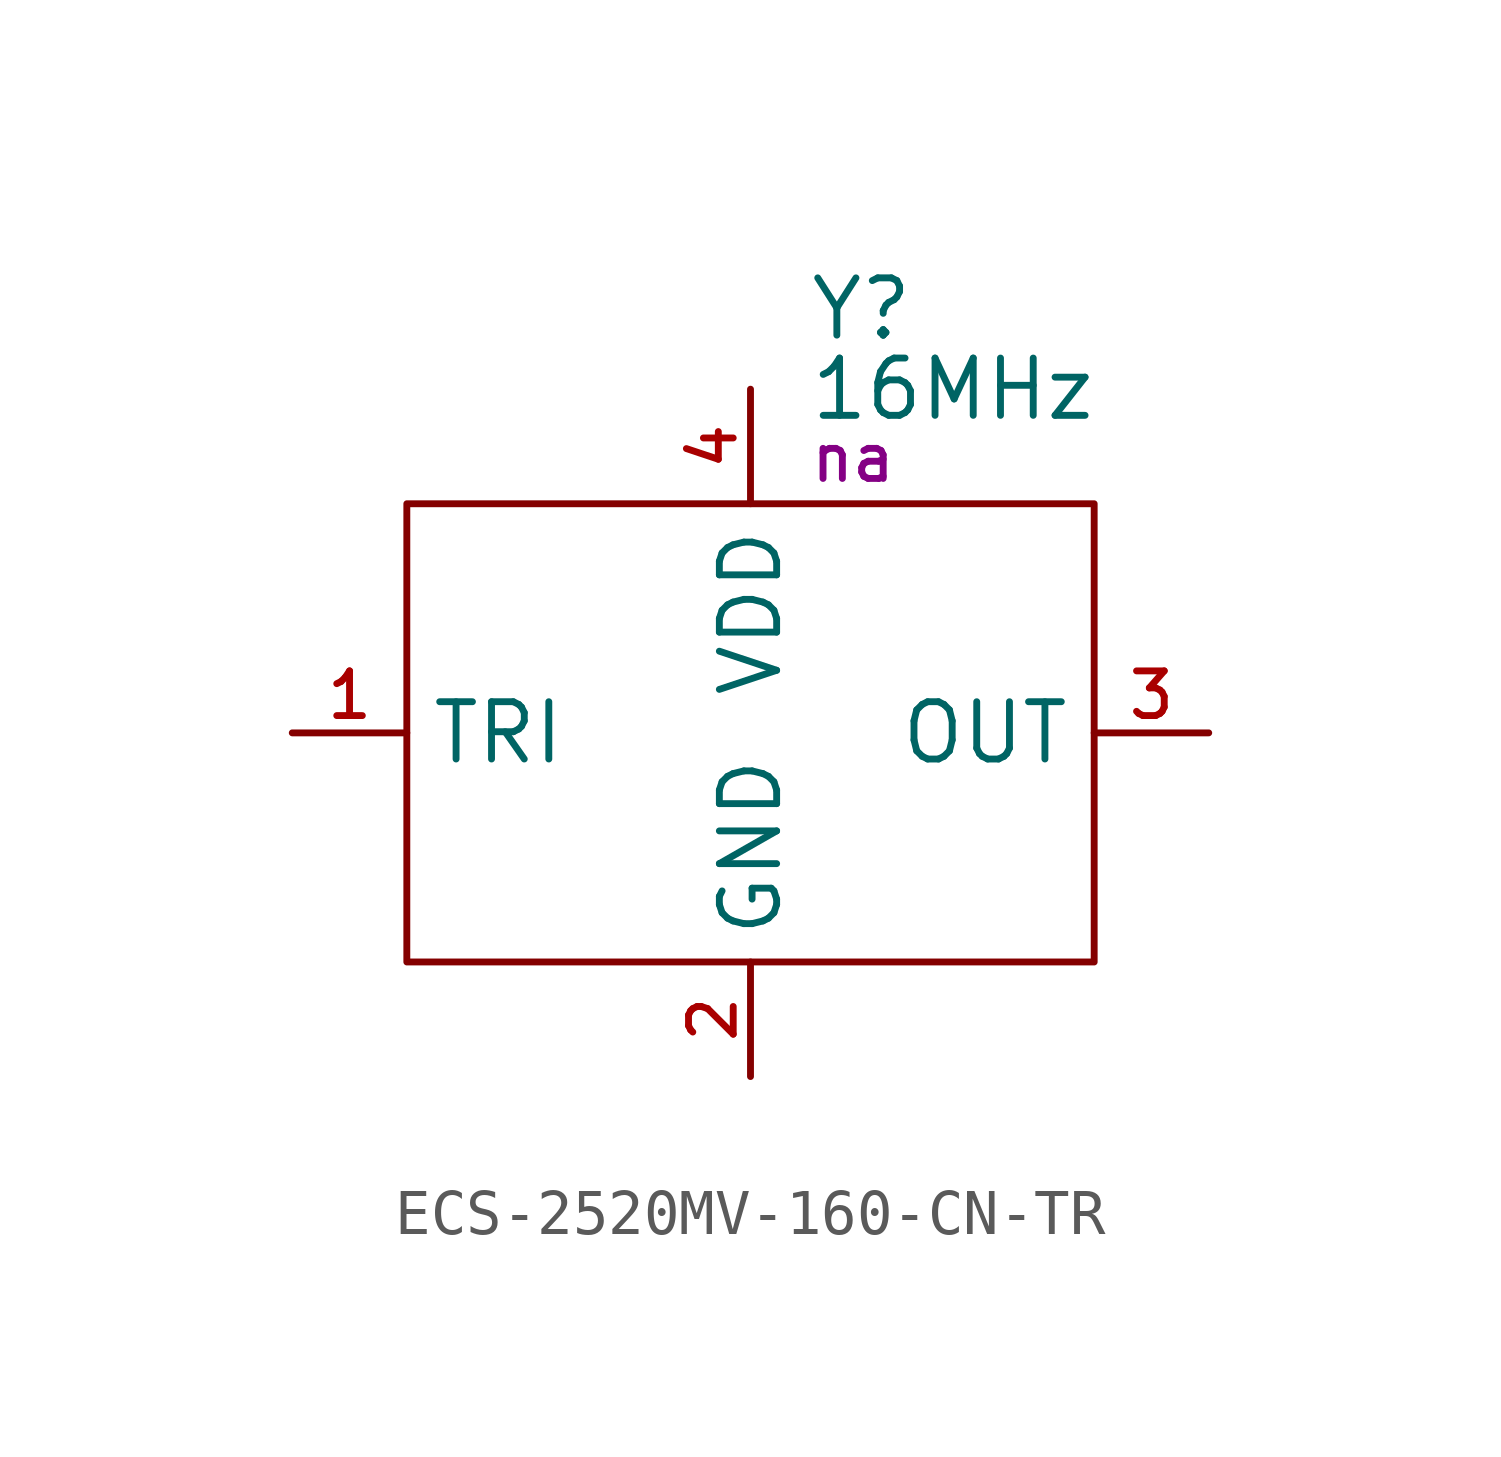
<source format=kicad_sym>
(kicad_symbol_lib
  (version 20231120)
  (generator "kicad_symbol_editor")
  (generator_version "8.0")
  (symbol "ECS-2520MV-160-CN-TR"
    (property "Reference" "Y"
      (at 8.89 4.318 0)
      (effects (font (size 1.27 1.27)) (justify left)))
    (property "Value" "16MHz"
      (at 8.89 2.54 0)
      (effects (font (size 1.27 1.27)) (justify left)))
    (property "PartNumber" "na"
      (at 8.89 1.016 0)
      (effects (font (size 1 1)) (justify left)))
    (symbol "ECS-2520MV-160-CN-TR_0_0"
      (pin power_in line (at 7.62 -12.7 90) (length 2.54) (name "GND" (effects (font (size 1.27 1.27)))) (number "2" (effects (font (size 0.991 0.991)))))
      (pin output line (at 17.78 -5.08 180) (length 2.54) (name "OUT" (effects (font (size 1.27 1.27)))) (number "3" (effects (font (size 0.991 0.991)))))
      (pin power_in line (at 7.62 2.54 270) (length 2.54) (name "VDD" (effects (font (size 1.27 1.27)))) (number "4" (effects (font (size 0.991 0.991))))))
    (symbol "ECS-2520MV-160-CN-TR_0_1"
      (rectangle (start 0 0) (end 15.24 -10.16) (stroke (width 0) (type default)) (fill (type none))))
    (symbol "ECS-2520MV-160-CN-TR_1_0"
      (pin input line (at -2.54 -5.08 0) (length 2.54) (name "TRI" (effects (font (size 1.27 1.27)))) (number "1" (effects (font (size 0.991 0.991))))))))
</source>
